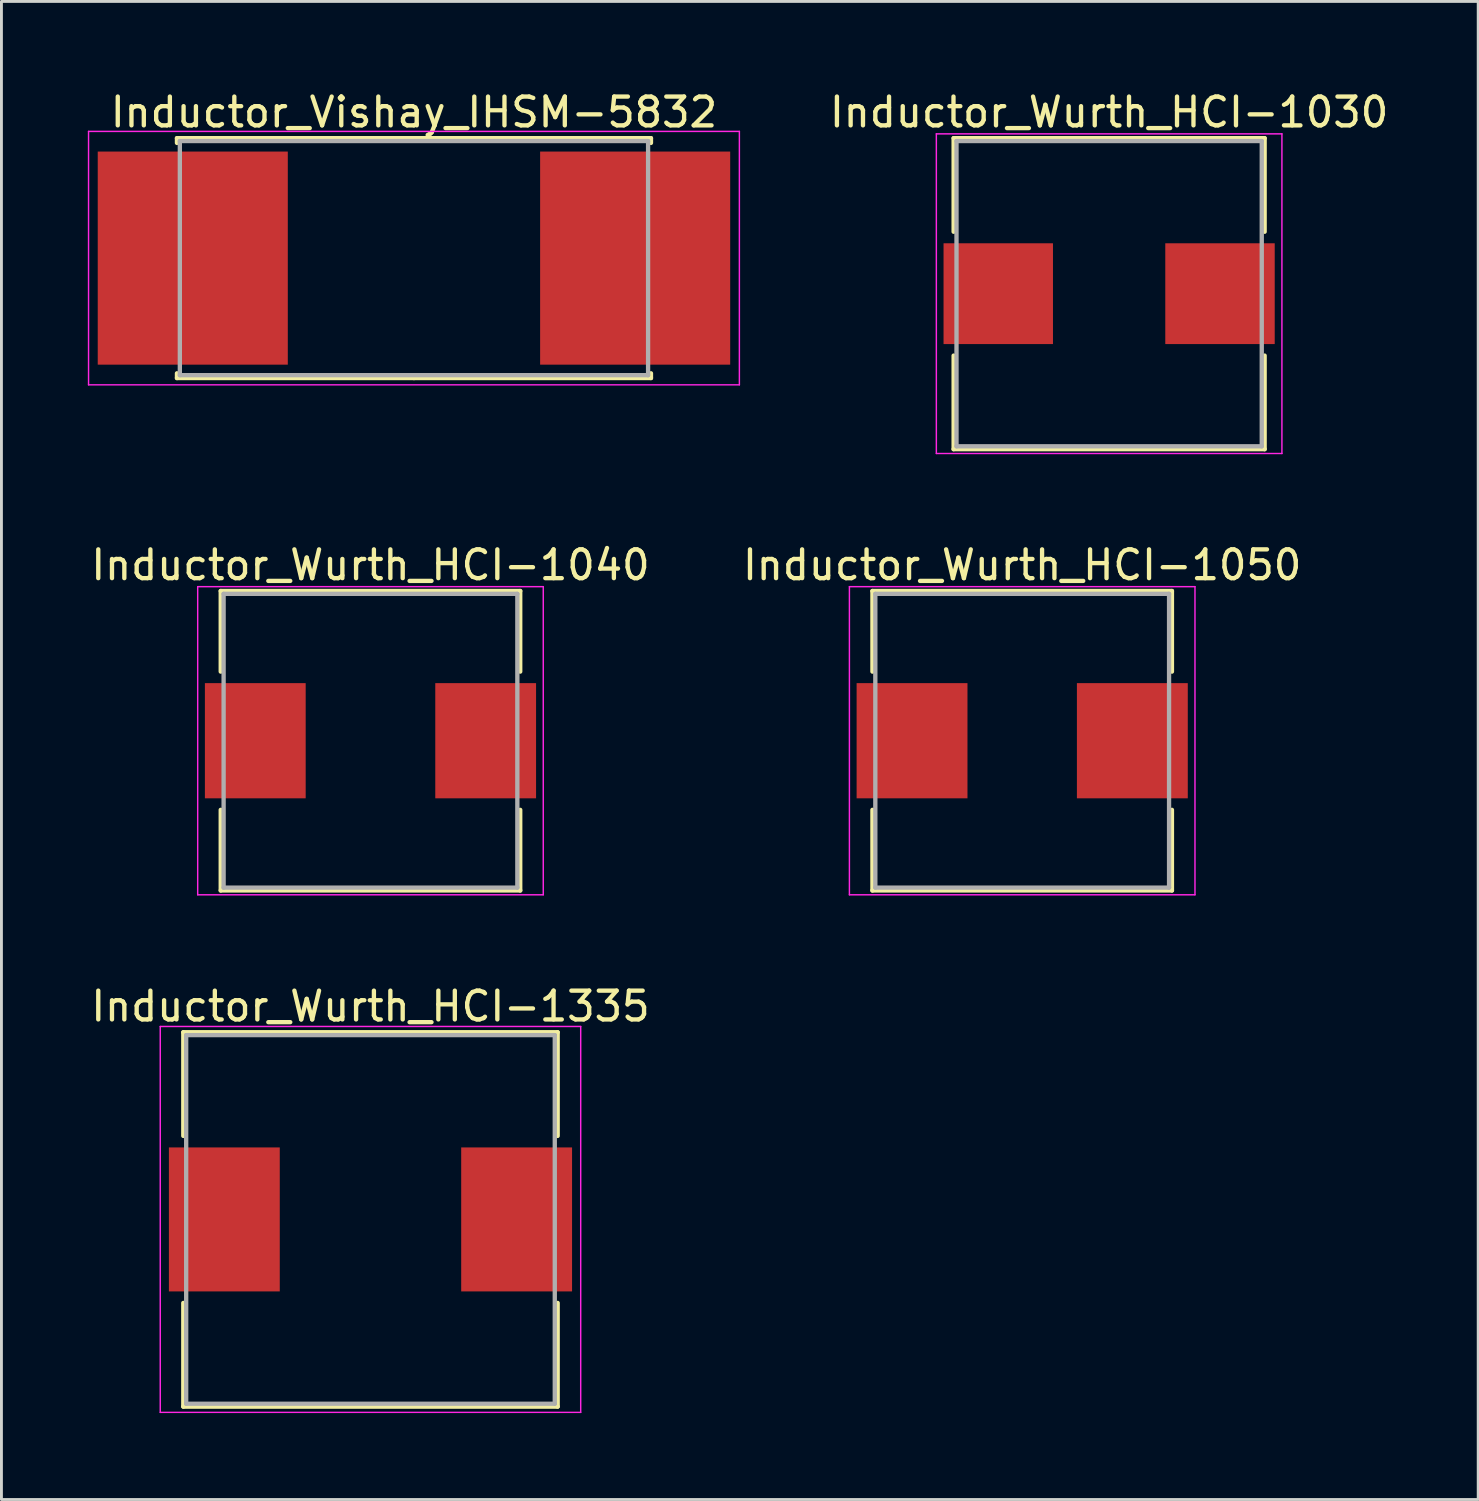
<source format=kicad_pcb>
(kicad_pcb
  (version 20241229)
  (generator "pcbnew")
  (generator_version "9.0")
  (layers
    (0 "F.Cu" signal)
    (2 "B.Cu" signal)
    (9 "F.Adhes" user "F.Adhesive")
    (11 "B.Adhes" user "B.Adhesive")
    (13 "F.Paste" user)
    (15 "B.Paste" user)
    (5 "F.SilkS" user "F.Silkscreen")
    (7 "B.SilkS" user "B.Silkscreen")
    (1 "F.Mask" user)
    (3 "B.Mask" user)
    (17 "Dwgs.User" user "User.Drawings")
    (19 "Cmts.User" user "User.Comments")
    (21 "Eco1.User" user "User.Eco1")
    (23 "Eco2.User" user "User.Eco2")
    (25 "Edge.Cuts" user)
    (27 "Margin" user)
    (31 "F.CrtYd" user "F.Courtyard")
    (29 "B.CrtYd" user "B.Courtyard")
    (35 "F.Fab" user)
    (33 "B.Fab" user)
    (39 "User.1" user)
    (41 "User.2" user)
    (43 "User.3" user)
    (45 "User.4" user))
  (footprint "Inductor_Vishay_IHSM-5832"
    (layer "F.Cu")
    (at 11.325 5.913)
    (property "Reference" "Inductor_Vishay_IHSM-5832" (at 0 -5.065 0) (layer "F.SilkS") (effects (font (size 1 1) (thickness 0.15))))
    (attr smd)
    (fp_line (start -8.23 -4.165) (end 0 -4.165) (stroke (width 0.15) (type solid)) (layer "F.SilkS"))
    (fp_line (start -8.23 -4) (end -8.23 -4.165) (stroke (width 0.15) (type solid)) (layer "F.SilkS"))
    (fp_line (start -8.23 4) (end -8.23 4.165) (stroke (width 0.15) (type solid)) (layer "F.SilkS"))
    (fp_line (start -8.23 4.165) (end 0 4.165) (stroke (width 0.15) (type solid)) (layer "F.SilkS"))
    (fp_line (start 8.23 -4.165) (end 0 -4.165) (stroke (width 0.15) (type solid)) (layer "F.SilkS"))
    (fp_line (start 8.23 -4) (end 8.23 -4.165) (stroke (width 0.15) (type solid)) (layer "F.SilkS"))
    (fp_line (start 8.23 4) (end 8.23 4.165) (stroke (width 0.15) (type solid)) (layer "F.SilkS"))
    (fp_line (start 8.23 4.165) (end 0 4.165) (stroke (width 0.15) (type solid)) (layer "F.SilkS"))
    (fp_line (start -11.3 -4.4) (end -11.3 4.4) (stroke (width 0.05) (type solid)) (layer "F.CrtYd"))
    (fp_line (start -11.3 4.4) (end 11.3 4.4) (stroke (width 0.05) (type solid)) (layer "F.CrtYd"))
    (fp_line (start 11.3 -4.4) (end -11.3 -4.4) (stroke (width 0.05) (type solid)) (layer "F.CrtYd"))
    (fp_line (start 11.3 4.4) (end 11.3 -4.4) (stroke (width 0.05) (type solid)) (layer "F.CrtYd"))
    (fp_line (start -8.13 -4.065) (end -8.13 4.065) (stroke (width 0.15) (type solid)) (layer "F.Fab"))
    (fp_line (start -8.13 4.065) (end 8.13 4.065) (stroke (width 0.15) (type solid)) (layer "F.Fab"))
    (fp_line (start 8.13 -4.065) (end -8.13 -4.065) (stroke (width 0.15) (type solid)) (layer "F.Fab"))
    (fp_line (start 8.13 4.065) (end 8.13 -4.065) (stroke (width 0.15) (type solid)) (layer "F.Fab"))
    (pad "1" smd rect (at -7.681 0) (size 6.6 7.4) (layers "F.Cu" "F.Mask" "F.Paste"))
    (pad "2" smd rect (at 7.681 0) (size 6.6 7.4) (layers "F.Cu" "F.Mask" "F.Paste")))
  (footprint "Inductor_Wurth_HCI-1030"
    (layer "F.Cu")
    (at 35.465 7.148)
    (property "Reference" "Inductor_Wurth_HCI-1030" (at 0 -6.3 0) (layer "F.SilkS") (effects (font (size 1 1) (thickness 0.15))))
    (attr smd)
    (fp_line (start -5.4 -5.4) (end 5.4 -5.4) (stroke (width 0.15) (type solid)) (layer "F.SilkS"))
    (fp_line (start -5.4 -2.15) (end -5.4 -5.4) (stroke (width 0.15) (type solid)) (layer "F.SilkS"))
    (fp_line (start -5.4 2.15) (end -5.4 5.4) (stroke (width 0.15) (type solid)) (layer "F.SilkS"))
    (fp_line (start -5.4 5.4) (end 5.4 5.4) (stroke (width 0.15) (type solid)) (layer "F.SilkS"))
    (fp_line (start 5.4 -5.4) (end 5.4 -2.15) (stroke (width 0.15) (type solid)) (layer "F.SilkS"))
    (fp_line (start 5.4 5.4) (end 5.4 2.15) (stroke (width 0.15) (type solid)) (layer "F.SilkS"))
    (fp_line (start -6 -5.55) (end -6 5.55) (stroke (width 0.05) (type solid)) (layer "F.CrtYd"))
    (fp_line (start -6 5.55) (end 6 5.55) (stroke (width 0.05) (type solid)) (layer "F.CrtYd"))
    (fp_line (start 6 -5.55) (end -6 -5.55) (stroke (width 0.05) (type solid)) (layer "F.CrtYd"))
    (fp_line (start 6 5.55) (end 6 -5.55) (stroke (width 0.05) (type solid)) (layer "F.CrtYd"))
    (fp_line (start -5.3 -5.3) (end -5.3 5.3) (stroke (width 0.15) (type solid)) (layer "F.Fab"))
    (fp_line (start -5.3 5.3) (end 5.3 5.3) (stroke (width 0.15) (type solid)) (layer "F.Fab"))
    (fp_line (start 5.3 -5.3) (end -5.3 -5.3) (stroke (width 0.15) (type solid)) (layer "F.Fab"))
    (fp_line (start 5.3 5.3) (end 5.3 -5.3) (stroke (width 0.15) (type solid)) (layer "F.Fab"))
    (pad "1" smd rect (at -3.85 0) (size 3.8 3.5) (layers "F.Cu" "F.Mask" "F.Paste"))
    (pad "2" smd rect (at 3.85 0) (size 3.8 3.5) (layers "F.Cu" "F.Mask" "F.Paste")))
  (footprint "Inductor_Wurth_HCI-1050"
    (layer "F.Cu")
    (at 32.446 22.672)
    (property "Reference" "Inductor_Wurth_HCI-1050" (at 0 -6.1 0) (layer "F.SilkS") (effects (font (size 1 1) (thickness 0.15))))
    (attr smd)
    (fp_line (start -5.2 -5.2) (end 5.2 -5.2) (stroke (width 0.15) (type solid)) (layer "F.SilkS"))
    (fp_line (start -5.2 -2.4) (end -5.2 -5.2) (stroke (width 0.15) (type solid)) (layer "F.SilkS"))
    (fp_line (start -5.2 2.4) (end -5.2 5.2) (stroke (width 0.15) (type solid)) (layer "F.SilkS"))
    (fp_line (start -5.2 5.2) (end 5.2 5.2) (stroke (width 0.15) (type solid)) (layer "F.SilkS"))
    (fp_line (start 5.2 -5.2) (end 5.2 -2.4) (stroke (width 0.15) (type solid)) (layer "F.SilkS"))
    (fp_line (start 5.2 5.2) (end 5.2 2.4) (stroke (width 0.15) (type solid)) (layer "F.SilkS"))
    (fp_line (start -6 -5.35) (end -6 5.35) (stroke (width 0.05) (type solid)) (layer "F.CrtYd"))
    (fp_line (start -6 5.35) (end 6 5.35) (stroke (width 0.05) (type solid)) (layer "F.CrtYd"))
    (fp_line (start 6 -5.35) (end -6 -5.35) (stroke (width 0.05) (type solid)) (layer "F.CrtYd"))
    (fp_line (start 6 5.35) (end 6 -5.35) (stroke (width 0.05) (type solid)) (layer "F.CrtYd"))
    (fp_line (start -5.1 -5.1) (end -5.1 5.1) (stroke (width 0.15) (type solid)) (layer "F.Fab"))
    (fp_line (start -5.1 5.1) (end 5.1 5.1) (stroke (width 0.15) (type solid)) (layer "F.Fab"))
    (fp_line (start 5.1 -5.1) (end -5.1 -5.1) (stroke (width 0.15) (type solid)) (layer "F.Fab"))
    (fp_line (start 5.1 5.1) (end 5.1 -5.1) (stroke (width 0.15) (type solid)) (layer "F.Fab"))
    (pad "1" smd rect (at -3.825 0) (size 3.85 4) (layers "F.Cu" "F.Mask" "F.Paste"))
    (pad "2" smd rect (at 3.825 0) (size 3.85 4) (layers "F.Cu" "F.Mask" "F.Paste")))
  (footprint "Inductor_Wurth_HCI-1040"
    (layer "F.Cu")
    (at 9.815 22.672)
    (property "Reference" "Inductor_Wurth_HCI-1040" (at 0 -6.1 0) (layer "F.SilkS") (effects (font (size 1 1) (thickness 0.15))))
    (attr smd)
    (fp_line (start -5.2 -5.2) (end 5.2 -5.2) (stroke (width 0.15) (type solid)) (layer "F.SilkS"))
    (fp_line (start -5.2 -2.4) (end -5.2 -5.2) (stroke (width 0.15) (type solid)) (layer "F.SilkS"))
    (fp_line (start -5.2 2.4) (end -5.2 5.2) (stroke (width 0.15) (type solid)) (layer "F.SilkS"))
    (fp_line (start -5.2 5.2) (end 5.2 5.2) (stroke (width 0.15) (type solid)) (layer "F.SilkS"))
    (fp_line (start 5.2 -5.2) (end 5.2 -2.4) (stroke (width 0.15) (type solid)) (layer "F.SilkS"))
    (fp_line (start 5.2 5.2) (end 5.2 2.4) (stroke (width 0.15) (type solid)) (layer "F.SilkS"))
    (fp_line (start -6 -5.35) (end -6 5.35) (stroke (width 0.05) (type solid)) (layer "F.CrtYd"))
    (fp_line (start -6 5.35) (end 6 5.35) (stroke (width 0.05) (type solid)) (layer "F.CrtYd"))
    (fp_line (start 6 -5.35) (end -6 -5.35) (stroke (width 0.05) (type solid)) (layer "F.CrtYd"))
    (fp_line (start 6 5.35) (end 6 -5.35) (stroke (width 0.05) (type solid)) (layer "F.CrtYd"))
    (fp_line (start -5.1 -5.1) (end -5.1 5.1) (stroke (width 0.15) (type solid)) (layer "F.Fab"))
    (fp_line (start -5.1 5.1) (end 5.1 5.1) (stroke (width 0.15) (type solid)) (layer "F.Fab"))
    (fp_line (start 5.1 -5.1) (end -5.1 -5.1) (stroke (width 0.15) (type solid)) (layer "F.Fab"))
    (fp_line (start 5.1 5.1) (end 5.1 -5.1) (stroke (width 0.15) (type solid)) (layer "F.Fab"))
    (pad "1" smd rect (at -4 0) (size 3.5 4) (layers "F.Cu" "F.Mask" "F.Paste"))
    (pad "2" smd rect (at 4 0) (size 3.5 4) (layers "F.Cu" "F.Mask" "F.Paste")))
  (footprint "Inductor_Wurth_HCI-1335"
    (layer "F.Cu")
    (at 9.815 39.295)
    (property "Reference" "Inductor_Wurth_HCI-1335" (at 0 -7.4 0) (layer "F.SilkS") (effects (font (size 1 1) (thickness 0.15))))
    (attr smd)
    (fp_line (start -6.5 -6.5) (end 6.5 -6.5) (stroke (width 0.15) (type solid)) (layer "F.SilkS"))
    (fp_line (start -6.5 -2.9) (end -6.5 -6.5) (stroke (width 0.15) (type solid)) (layer "F.SilkS"))
    (fp_line (start -6.5 2.9) (end -6.5 6.5) (stroke (width 0.15) (type solid)) (layer "F.SilkS"))
    (fp_line (start -6.5 6.5) (end 6.5 6.5) (stroke (width 0.15) (type solid)) (layer "F.SilkS"))
    (fp_line (start 6.5 -6.5) (end 6.5 -2.9) (stroke (width 0.15) (type solid)) (layer "F.SilkS"))
    (fp_line (start 6.5 6.5) (end 6.5 2.9) (stroke (width 0.15) (type solid)) (layer "F.SilkS"))
    (fp_line (start -7.3 -6.7) (end -7.3 6.7) (stroke (width 0.05) (type solid)) (layer "F.CrtYd"))
    (fp_line (start -7.3 6.7) (end 7.3 6.7) (stroke (width 0.05) (type solid)) (layer "F.CrtYd"))
    (fp_line (start 7.3 -6.7) (end -7.3 -6.7) (stroke (width 0.05) (type solid)) (layer "F.CrtYd"))
    (fp_line (start 7.3 6.7) (end 7.3 -6.7) (stroke (width 0.05) (type solid)) (layer "F.CrtYd"))
    (fp_line (start -6.4 -6.4) (end -6.4 6.4) (stroke (width 0.15) (type solid)) (layer "F.Fab"))
    (fp_line (start -6.4 6.4) (end 6.4 6.4) (stroke (width 0.15) (type solid)) (layer "F.Fab"))
    (fp_line (start 6.4 -6.4) (end -6.4 -6.4) (stroke (width 0.15) (type solid)) (layer "F.Fab"))
    (fp_line (start 6.4 6.4) (end 6.4 -6.4) (stroke (width 0.15) (type solid)) (layer "F.Fab"))
    (pad "1" smd rect (at -5.075 0) (size 3.85 5) (layers "F.Cu" "F.Mask" "F.Paste"))
    (pad "2" smd rect (at 5.075 0) (size 3.85 5) (layers "F.Cu" "F.Mask" "F.Paste")))
  (gr_rect
    (start -3 -3)
    (end 48.281 49.02)
    (stroke (width 0.1) (type default))
    (fill no)
    (layer "Edge.Cuts")))
</source>
